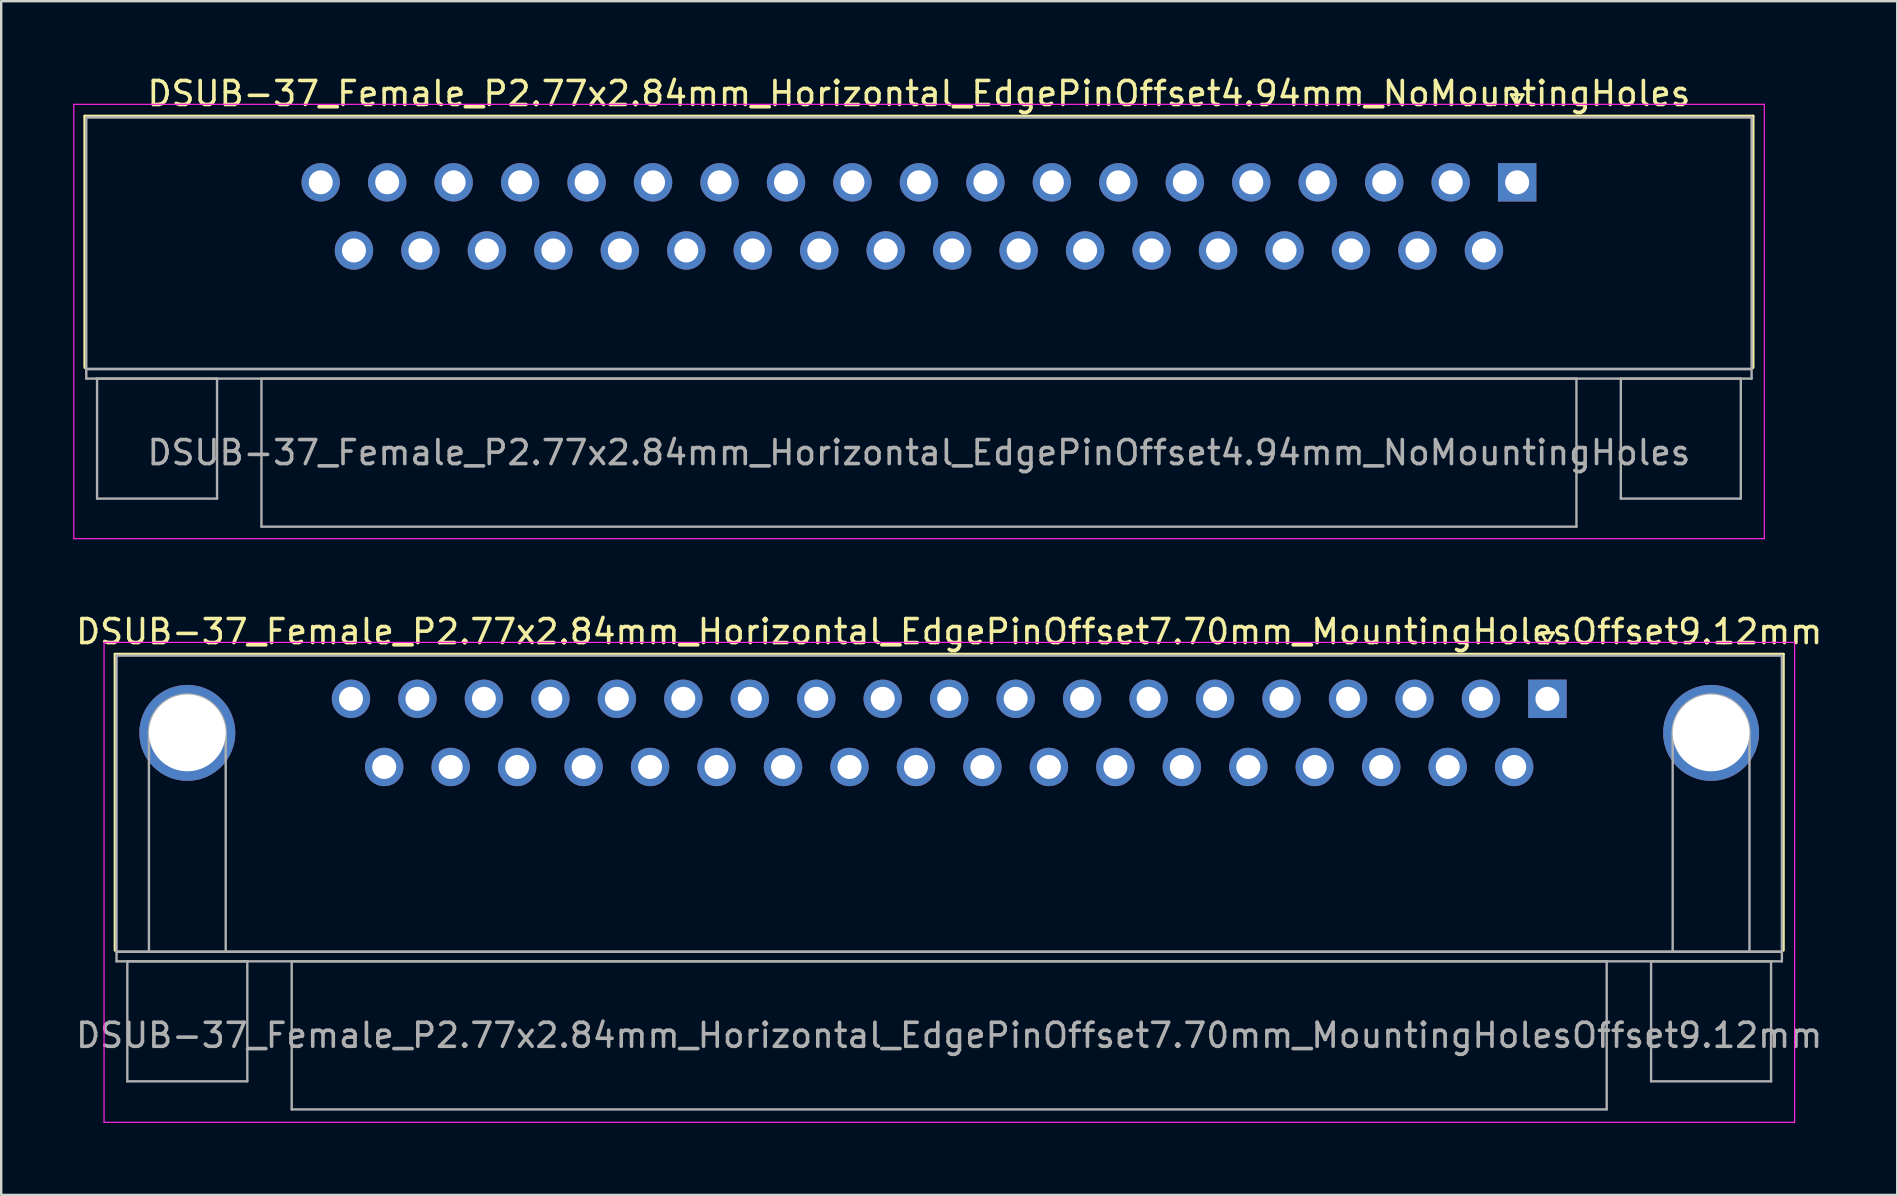
<source format=kicad_pcb>
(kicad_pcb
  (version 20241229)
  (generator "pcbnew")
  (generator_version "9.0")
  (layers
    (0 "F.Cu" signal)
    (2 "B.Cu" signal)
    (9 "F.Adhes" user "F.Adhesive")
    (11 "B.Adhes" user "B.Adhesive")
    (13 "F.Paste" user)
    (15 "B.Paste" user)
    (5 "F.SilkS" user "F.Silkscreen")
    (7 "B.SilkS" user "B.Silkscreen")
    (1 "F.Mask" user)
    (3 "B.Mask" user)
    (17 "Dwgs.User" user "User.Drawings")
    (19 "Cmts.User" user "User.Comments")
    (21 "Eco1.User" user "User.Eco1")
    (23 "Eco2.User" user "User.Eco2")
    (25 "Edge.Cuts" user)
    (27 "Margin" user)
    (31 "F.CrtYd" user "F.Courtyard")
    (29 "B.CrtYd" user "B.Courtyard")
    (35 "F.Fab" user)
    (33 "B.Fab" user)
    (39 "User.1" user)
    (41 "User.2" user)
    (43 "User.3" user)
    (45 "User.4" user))
  (footprint "DSUB-37_Female_P2.77x2.84mm_Horizontal_EdgePinOffset4.94mm_NoMountingHoles"
    (layer "F.Cu")
    (at 60.175 4.548)
    (property "Reference" "DSUB-37_Female_P2.77x2.84mm_Horizontal_EdgePinOffset4.94mm_NoMountingHoles" (at -24.93 -3.7 0) (layer "F.SilkS") (effects (font (size 1 1) (thickness 0.15))))
    (attr through_hole)
    (fp_line (start -59.69 -2.76) (end 9.83 -2.76) (stroke (width 0.12) (type solid)) (layer "F.SilkS"))
    (fp_line (start -59.69 7.72) (end -59.69 -2.76) (stroke (width 0.12) (type solid)) (layer "F.SilkS"))
    (fp_line (start -0.25 -3.654) (end 0.25 -3.654) (stroke (width 0.12) (type solid)) (layer "F.SilkS"))
    (fp_line (start 0 -3.221) (end -0.25 -3.654) (stroke (width 0.12) (type solid)) (layer "F.SilkS"))
    (fp_line (start 0.25 -3.654) (end 0 -3.221) (stroke (width 0.12) (type solid)) (layer "F.SilkS"))
    (fp_line (start 9.83 -2.76) (end 9.83 7.72) (stroke (width 0.12) (type solid)) (layer "F.SilkS"))
    (fp_line (start -60.15 -3.25) (end -60.15 14.85) (stroke (width 0.05) (type solid)) (layer "F.CrtYd"))
    (fp_line (start -60.15 14.85) (end 10.3 14.85) (stroke (width 0.05) (type solid)) (layer "F.CrtYd"))
    (fp_line (start 10.3 -3.25) (end -60.15 -3.25) (stroke (width 0.05) (type solid)) (layer "F.CrtYd"))
    (fp_line (start 10.3 14.85) (end 10.3 -3.25) (stroke (width 0.05) (type solid)) (layer "F.CrtYd"))
    (fp_line (start -59.63 -2.7) (end -59.63 7.78) (stroke (width 0.1) (type solid)) (layer "F.Fab"))
    (fp_line (start -59.63 7.78) (end -59.63 8.18) (stroke (width 0.1) (type solid)) (layer "F.Fab"))
    (fp_line (start -59.63 7.78) (end 9.77 7.78) (stroke (width 0.1) (type solid)) (layer "F.Fab"))
    (fp_line (start -59.63 8.18) (end 9.77 8.18) (stroke (width 0.1) (type solid)) (layer "F.Fab"))
    (fp_line (start -59.18 8.18) (end -59.18 13.18) (stroke (width 0.1) (type solid)) (layer "F.Fab"))
    (fp_line (start -59.18 13.18) (end -54.18 13.18) (stroke (width 0.1) (type solid)) (layer "F.Fab"))
    (fp_line (start -54.18 8.18) (end -59.18 8.18) (stroke (width 0.1) (type solid)) (layer "F.Fab"))
    (fp_line (start -54.18 13.18) (end -54.18 8.18) (stroke (width 0.1) (type solid)) (layer "F.Fab"))
    (fp_line (start -52.33 8.18) (end -52.33 14.35) (stroke (width 0.1) (type solid)) (layer "F.Fab"))
    (fp_line (start -52.33 14.35) (end 2.47 14.35) (stroke (width 0.1) (type solid)) (layer "F.Fab"))
    (fp_line (start 2.47 8.18) (end -52.33 8.18) (stroke (width 0.1) (type solid)) (layer "F.Fab"))
    (fp_line (start 2.47 14.35) (end 2.47 8.18) (stroke (width 0.1) (type solid)) (layer "F.Fab"))
    (fp_line (start 4.32 8.18) (end 4.32 13.18) (stroke (width 0.1) (type solid)) (layer "F.Fab"))
    (fp_line (start 4.32 13.18) (end 9.32 13.18) (stroke (width 0.1) (type solid)) (layer "F.Fab"))
    (fp_line (start 9.32 8.18) (end 4.32 8.18) (stroke (width 0.1) (type solid)) (layer "F.Fab"))
    (fp_line (start 9.32 13.18) (end 9.32 8.18) (stroke (width 0.1) (type solid)) (layer "F.Fab"))
    (fp_line (start 9.77 -2.7) (end -59.63 -2.7) (stroke (width 0.1) (type solid)) (layer "F.Fab"))
    (fp_line (start 9.77 7.78) (end -59.63 7.78) (stroke (width 0.1) (type solid)) (layer "F.Fab"))
    (fp_line (start 9.77 7.78) (end 9.77 -2.7) (stroke (width 0.1) (type solid)) (layer "F.Fab"))
    (fp_line (start 9.77 8.18) (end 9.77 7.78) (stroke (width 0.1) (type solid)) (layer "F.Fab"))
    (fp_text user "${REFERENCE}" (at -24.93 11.265 0) (layer "F.Fab") (effects (font (size 1 1) (thickness 0.15))))
    (pad "1" thru_hole rect (at 0 0) (size 1.6 1.6) (drill 1) (layers "*.Cu" "*.Mask"))
    (pad "2" thru_hole circle (at -2.77 0) (size 1.6 1.6) (drill 1) (layers "*.Cu" "*.Mask"))
    (pad "3" thru_hole circle (at -5.54 0) (size 1.6 1.6) (drill 1) (layers "*.Cu" "*.Mask"))
    (pad "4" thru_hole circle (at -8.31 0) (size 1.6 1.6) (drill 1) (layers "*.Cu" "*.Mask"))
    (pad "5" thru_hole circle (at -11.08 0) (size 1.6 1.6) (drill 1) (layers "*.Cu" "*.Mask"))
    (pad "6" thru_hole circle (at -13.85 0) (size 1.6 1.6) (drill 1) (layers "*.Cu" "*.Mask"))
    (pad "7" thru_hole circle (at -16.62 0) (size 1.6 1.6) (drill 1) (layers "*.Cu" "*.Mask"))
    (pad "8" thru_hole circle (at -19.39 0) (size 1.6 1.6) (drill 1) (layers "*.Cu" "*.Mask"))
    (pad "9" thru_hole circle (at -22.16 0) (size 1.6 1.6) (drill 1) (layers "*.Cu" "*.Mask"))
    (pad "10" thru_hole circle (at -24.93 0) (size 1.6 1.6) (drill 1) (layers "*.Cu" "*.Mask"))
    (pad "11" thru_hole circle (at -27.7 0) (size 1.6 1.6) (drill 1) (layers "*.Cu" "*.Mask"))
    (pad "12" thru_hole circle (at -30.47 0) (size 1.6 1.6) (drill 1) (layers "*.Cu" "*.Mask"))
    (pad "13" thru_hole circle (at -33.24 0) (size 1.6 1.6) (drill 1) (layers "*.Cu" "*.Mask"))
    (pad "14" thru_hole circle (at -36.01 0) (size 1.6 1.6) (drill 1) (layers "*.Cu" "*.Mask"))
    (pad "15" thru_hole circle (at -38.78 0) (size 1.6 1.6) (drill 1) (layers "*.Cu" "*.Mask"))
    (pad "16" thru_hole circle (at -41.55 0) (size 1.6 1.6) (drill 1) (layers "*.Cu" "*.Mask"))
    (pad "17" thru_hole circle (at -44.32 0) (size 1.6 1.6) (drill 1) (layers "*.Cu" "*.Mask"))
    (pad "18" thru_hole circle (at -47.09 0) (size 1.6 1.6) (drill 1) (layers "*.Cu" "*.Mask"))
    (pad "19" thru_hole circle (at -49.86 0) (size 1.6 1.6) (drill 1) (layers "*.Cu" "*.Mask"))
    (pad "20" thru_hole circle (at -1.385 2.84) (size 1.6 1.6) (drill 1) (layers "*.Cu" "*.Mask"))
    (pad "21" thru_hole circle (at -4.155 2.84) (size 1.6 1.6) (drill 1) (layers "*.Cu" "*.Mask"))
    (pad "22" thru_hole circle (at -6.925 2.84) (size 1.6 1.6) (drill 1) (layers "*.Cu" "*.Mask"))
    (pad "23" thru_hole circle (at -9.695 2.84) (size 1.6 1.6) (drill 1) (layers "*.Cu" "*.Mask"))
    (pad "24" thru_hole circle (at -12.465 2.84) (size 1.6 1.6) (drill 1) (layers "*.Cu" "*.Mask"))
    (pad "25" thru_hole circle (at -15.235 2.84) (size 1.6 1.6) (drill 1) (layers "*.Cu" "*.Mask"))
    (pad "26" thru_hole circle (at -18.005 2.84) (size 1.6 1.6) (drill 1) (layers "*.Cu" "*.Mask"))
    (pad "27" thru_hole circle (at -20.775 2.84) (size 1.6 1.6) (drill 1) (layers "*.Cu" "*.Mask"))
    (pad "28" thru_hole circle (at -23.545 2.84) (size 1.6 1.6) (drill 1) (layers "*.Cu" "*.Mask"))
    (pad "29" thru_hole circle (at -26.315 2.84) (size 1.6 1.6) (drill 1) (layers "*.Cu" "*.Mask"))
    (pad "30" thru_hole circle (at -29.085 2.84) (size 1.6 1.6) (drill 1) (layers "*.Cu" "*.Mask"))
    (pad "31" thru_hole circle (at -31.855 2.84) (size 1.6 1.6) (drill 1) (layers "*.Cu" "*.Mask"))
    (pad "32" thru_hole circle (at -34.625 2.84) (size 1.6 1.6) (drill 1) (layers "*.Cu" "*.Mask"))
    (pad "33" thru_hole circle (at -37.395 2.84) (size 1.6 1.6) (drill 1) (layers "*.Cu" "*.Mask"))
    (pad "34" thru_hole circle (at -40.165 2.84) (size 1.6 1.6) (drill 1) (layers "*.Cu" "*.Mask"))
    (pad "35" thru_hole circle (at -42.935 2.84) (size 1.6 1.6) (drill 1) (layers "*.Cu" "*.Mask"))
    (pad "36" thru_hole circle (at -45.705 2.84) (size 1.6 1.6) (drill 1) (layers "*.Cu" "*.Mask"))
    (pad "37" thru_hole circle (at -48.475 2.84) (size 1.6 1.6) (drill 1) (layers "*.Cu" "*.Mask")))
  (footprint "DSUB-37_Female_P2.77x2.84mm_Horizontal_EdgePinOffset7.70mm_MountingHolesOffset9.12mm"
    (layer "F.Cu")
    (at 61.436 26.072)
    (property "Reference" "DSUB-37_Female_P2.77x2.84mm_Horizontal_EdgePinOffset7.70mm_MountingHolesOffset9.12mm" (at -24.93 -2.8 0) (layer "F.SilkS") (effects (font (size 1 1) (thickness 0.15))))
    (attr through_hole)
    (fp_line (start -59.69 -1.86) (end 9.83 -1.86) (stroke (width 0.12) (type solid)) (layer "F.SilkS"))
    (fp_line (start -59.69 10.48) (end -59.69 -1.86) (stroke (width 0.12) (type solid)) (layer "F.SilkS"))
    (fp_line (start -0.25 -2.754) (end 0.25 -2.754) (stroke (width 0.12) (type solid)) (layer "F.SilkS"))
    (fp_line (start 0 -2.321) (end -0.25 -2.754) (stroke (width 0.12) (type solid)) (layer "F.SilkS"))
    (fp_line (start 0.25 -2.754) (end 0 -2.321) (stroke (width 0.12) (type solid)) (layer "F.SilkS"))
    (fp_line (start 9.83 -1.86) (end 9.83 10.48) (stroke (width 0.12) (type solid)) (layer "F.SilkS"))
    (fp_line (start -60.15 -2.35) (end -60.15 17.65) (stroke (width 0.05) (type solid)) (layer "F.CrtYd"))
    (fp_line (start -60.15 17.65) (end 10.3 17.65) (stroke (width 0.05) (type solid)) (layer "F.CrtYd"))
    (fp_line (start 10.3 -2.35) (end -60.15 -2.35) (stroke (width 0.05) (type solid)) (layer "F.CrtYd"))
    (fp_line (start 10.3 17.65) (end 10.3 -2.35) (stroke (width 0.05) (type solid)) (layer "F.CrtYd"))
    (fp_line (start -59.63 -1.8) (end -59.63 10.54) (stroke (width 0.1) (type solid)) (layer "F.Fab"))
    (fp_line (start -59.63 10.54) (end -59.63 10.94) (stroke (width 0.1) (type solid)) (layer "F.Fab"))
    (fp_line (start -59.63 10.54) (end 9.77 10.54) (stroke (width 0.1) (type solid)) (layer "F.Fab"))
    (fp_line (start -59.63 10.94) (end 9.77 10.94) (stroke (width 0.1) (type solid)) (layer "F.Fab"))
    (fp_line (start -59.18 10.94) (end -59.18 15.94) (stroke (width 0.1) (type solid)) (layer "F.Fab"))
    (fp_line (start -59.18 15.94) (end -54.18 15.94) (stroke (width 0.1) (type solid)) (layer "F.Fab"))
    (fp_line (start -58.28 10.54) (end -58.28 1.42) (stroke (width 0.1) (type solid)) (layer "F.Fab"))
    (fp_line (start -55.08 10.54) (end -55.08 1.42) (stroke (width 0.1) (type solid)) (layer "F.Fab"))
    (fp_line (start -54.18 10.94) (end -59.18 10.94) (stroke (width 0.1) (type solid)) (layer "F.Fab"))
    (fp_line (start -54.18 15.94) (end -54.18 10.94) (stroke (width 0.1) (type solid)) (layer "F.Fab"))
    (fp_line (start -52.33 10.94) (end -52.33 17.11) (stroke (width 0.1) (type solid)) (layer "F.Fab"))
    (fp_line (start -52.33 17.11) (end 2.47 17.11) (stroke (width 0.1) (type solid)) (layer "F.Fab"))
    (fp_line (start 2.47 10.94) (end -52.33 10.94) (stroke (width 0.1) (type solid)) (layer "F.Fab"))
    (fp_line (start 2.47 17.11) (end 2.47 10.94) (stroke (width 0.1) (type solid)) (layer "F.Fab"))
    (fp_line (start 4.32 10.94) (end 4.32 15.94) (stroke (width 0.1) (type solid)) (layer "F.Fab"))
    (fp_line (start 4.32 15.94) (end 9.32 15.94) (stroke (width 0.1) (type solid)) (layer "F.Fab"))
    (fp_line (start 5.22 10.54) (end 5.22 1.42) (stroke (width 0.1) (type solid)) (layer "F.Fab"))
    (fp_line (start 8.42 10.54) (end 8.42 1.42) (stroke (width 0.1) (type solid)) (layer "F.Fab"))
    (fp_line (start 9.32 10.94) (end 4.32 10.94) (stroke (width 0.1) (type solid)) (layer "F.Fab"))
    (fp_line (start 9.32 15.94) (end 9.32 10.94) (stroke (width 0.1) (type solid)) (layer "F.Fab"))
    (fp_line (start 9.77 -1.8) (end -59.63 -1.8) (stroke (width 0.1) (type solid)) (layer "F.Fab"))
    (fp_line (start 9.77 10.54) (end -59.63 10.54) (stroke (width 0.1) (type solid)) (layer "F.Fab"))
    (fp_line (start 9.77 10.54) (end 9.77 -1.8) (stroke (width 0.1) (type solid)) (layer "F.Fab"))
    (fp_line (start 9.77 10.94) (end 9.77 10.54) (stroke (width 0.1) (type solid)) (layer "F.Fab"))
    (fp_arc (start -58.28 1.42) (mid -56.68 -0.18) (end -55.08 1.42) (stroke (width 0.1) (type solid)) (layer "F.Fab"))
    (fp_arc (start 5.22 1.42) (mid 6.82 -0.18) (end 8.42 1.42) (stroke (width 0.1) (type solid)) (layer "F.Fab"))
    (fp_text user "${REFERENCE}" (at -24.93 14.025 0) (layer "F.Fab") (effects (font (size 1 1) (thickness 0.15))))
    (pad "0" thru_hole circle (at -56.68 1.42) (size 4 4) (drill 3.2) (layers "*.Cu" "*.Mask"))
    (pad "0" thru_hole circle (at 6.82 1.42) (size 4 4) (drill 3.2) (layers "*.Cu" "*.Mask"))
    (pad "1" thru_hole rect (at 0 0) (size 1.6 1.6) (drill 1) (layers "*.Cu" "*.Mask"))
    (pad "2" thru_hole circle (at -2.77 0) (size 1.6 1.6) (drill 1) (layers "*.Cu" "*.Mask"))
    (pad "3" thru_hole circle (at -5.54 0) (size 1.6 1.6) (drill 1) (layers "*.Cu" "*.Mask"))
    (pad "4" thru_hole circle (at -8.31 0) (size 1.6 1.6) (drill 1) (layers "*.Cu" "*.Mask"))
    (pad "5" thru_hole circle (at -11.08 0) (size 1.6 1.6) (drill 1) (layers "*.Cu" "*.Mask"))
    (pad "6" thru_hole circle (at -13.85 0) (size 1.6 1.6) (drill 1) (layers "*.Cu" "*.Mask"))
    (pad "7" thru_hole circle (at -16.62 0) (size 1.6 1.6) (drill 1) (layers "*.Cu" "*.Mask"))
    (pad "8" thru_hole circle (at -19.39 0) (size 1.6 1.6) (drill 1) (layers "*.Cu" "*.Mask"))
    (pad "9" thru_hole circle (at -22.16 0) (size 1.6 1.6) (drill 1) (layers "*.Cu" "*.Mask"))
    (pad "10" thru_hole circle (at -24.93 0) (size 1.6 1.6) (drill 1) (layers "*.Cu" "*.Mask"))
    (pad "11" thru_hole circle (at -27.7 0) (size 1.6 1.6) (drill 1) (layers "*.Cu" "*.Mask"))
    (pad "12" thru_hole circle (at -30.47 0) (size 1.6 1.6) (drill 1) (layers "*.Cu" "*.Mask"))
    (pad "13" thru_hole circle (at -33.24 0) (size 1.6 1.6) (drill 1) (layers "*.Cu" "*.Mask"))
    (pad "14" thru_hole circle (at -36.01 0) (size 1.6 1.6) (drill 1) (layers "*.Cu" "*.Mask"))
    (pad "15" thru_hole circle (at -38.78 0) (size 1.6 1.6) (drill 1) (layers "*.Cu" "*.Mask"))
    (pad "16" thru_hole circle (at -41.55 0) (size 1.6 1.6) (drill 1) (layers "*.Cu" "*.Mask"))
    (pad "17" thru_hole circle (at -44.32 0) (size 1.6 1.6) (drill 1) (layers "*.Cu" "*.Mask"))
    (pad "18" thru_hole circle (at -47.09 0) (size 1.6 1.6) (drill 1) (layers "*.Cu" "*.Mask"))
    (pad "19" thru_hole circle (at -49.86 0) (size 1.6 1.6) (drill 1) (layers "*.Cu" "*.Mask"))
    (pad "20" thru_hole circle (at -1.385 2.84) (size 1.6 1.6) (drill 1) (layers "*.Cu" "*.Mask"))
    (pad "21" thru_hole circle (at -4.155 2.84) (size 1.6 1.6) (drill 1) (layers "*.Cu" "*.Mask"))
    (pad "22" thru_hole circle (at -6.925 2.84) (size 1.6 1.6) (drill 1) (layers "*.Cu" "*.Mask"))
    (pad "23" thru_hole circle (at -9.695 2.84) (size 1.6 1.6) (drill 1) (layers "*.Cu" "*.Mask"))
    (pad "24" thru_hole circle (at -12.465 2.84) (size 1.6 1.6) (drill 1) (layers "*.Cu" "*.Mask"))
    (pad "25" thru_hole circle (at -15.235 2.84) (size 1.6 1.6) (drill 1) (layers "*.Cu" "*.Mask"))
    (pad "26" thru_hole circle (at -18.005 2.84) (size 1.6 1.6) (drill 1) (layers "*.Cu" "*.Mask"))
    (pad "27" thru_hole circle (at -20.775 2.84) (size 1.6 1.6) (drill 1) (layers "*.Cu" "*.Mask"))
    (pad "28" thru_hole circle (at -23.545 2.84) (size 1.6 1.6) (drill 1) (layers "*.Cu" "*.Mask"))
    (pad "29" thru_hole circle (at -26.315 2.84) (size 1.6 1.6) (drill 1) (layers "*.Cu" "*.Mask"))
    (pad "30" thru_hole circle (at -29.085 2.84) (size 1.6 1.6) (drill 1) (layers "*.Cu" "*.Mask"))
    (pad "31" thru_hole circle (at -31.855 2.84) (size 1.6 1.6) (drill 1) (layers "*.Cu" "*.Mask"))
    (pad "32" thru_hole circle (at -34.625 2.84) (size 1.6 1.6) (drill 1) (layers "*.Cu" "*.Mask"))
    (pad "33" thru_hole circle (at -37.395 2.84) (size 1.6 1.6) (drill 1) (layers "*.Cu" "*.Mask"))
    (pad "34" thru_hole circle (at -40.165 2.84) (size 1.6 1.6) (drill 1) (layers "*.Cu" "*.Mask"))
    (pad "35" thru_hole circle (at -42.935 2.84) (size 1.6 1.6) (drill 1) (layers "*.Cu" "*.Mask"))
    (pad "36" thru_hole circle (at -45.705 2.84) (size 1.6 1.6) (drill 1) (layers "*.Cu" "*.Mask"))
    (pad "37" thru_hole circle (at -48.475 2.84) (size 1.6 1.6) (drill 1) (layers "*.Cu" "*.Mask")))
  (gr_rect
    (start -3 -3)
    (end 76.012 46.746)
    (stroke (width 0.1) (type default))
    (fill no)
    (layer "Edge.Cuts")))
</source>
